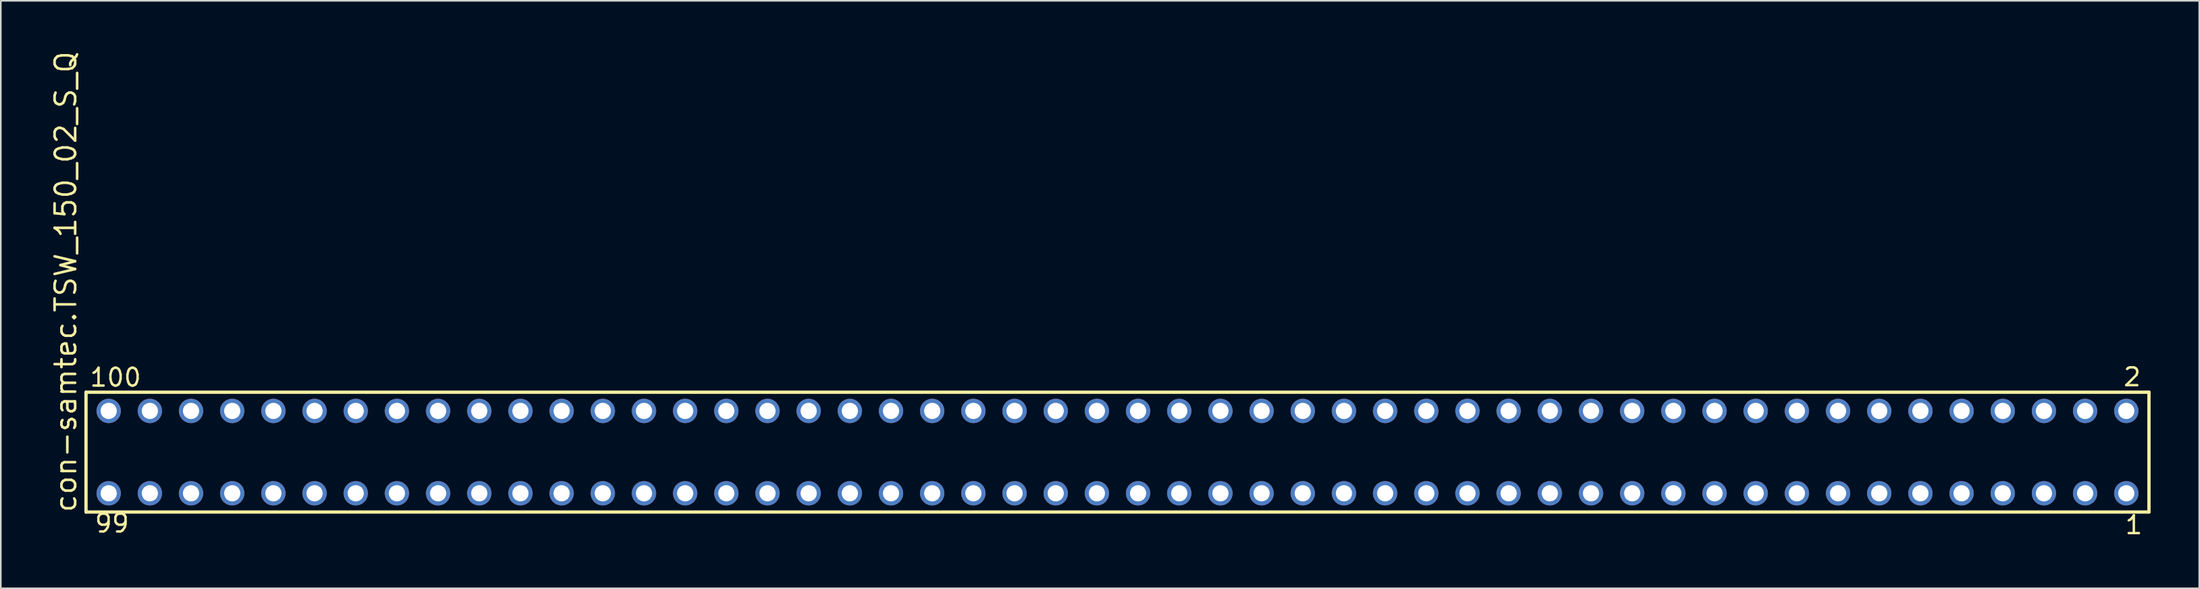
<source format=kicad_pcb>
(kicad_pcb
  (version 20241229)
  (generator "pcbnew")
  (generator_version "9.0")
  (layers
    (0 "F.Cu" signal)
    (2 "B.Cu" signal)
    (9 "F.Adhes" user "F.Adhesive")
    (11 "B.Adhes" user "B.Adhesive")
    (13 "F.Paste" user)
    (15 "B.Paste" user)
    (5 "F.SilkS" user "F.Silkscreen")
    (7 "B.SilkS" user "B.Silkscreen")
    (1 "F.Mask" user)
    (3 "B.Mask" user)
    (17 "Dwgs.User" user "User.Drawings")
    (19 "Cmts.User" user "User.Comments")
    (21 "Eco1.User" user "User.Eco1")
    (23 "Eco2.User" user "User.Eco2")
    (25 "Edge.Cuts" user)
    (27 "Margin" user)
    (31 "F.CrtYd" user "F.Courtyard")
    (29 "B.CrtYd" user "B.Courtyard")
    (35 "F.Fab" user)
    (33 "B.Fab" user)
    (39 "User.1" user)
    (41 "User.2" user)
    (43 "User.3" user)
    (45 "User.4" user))
  (footprint "con-samtec.TSW_150_02_S_Q"
    (layer "F.Cu")
    (at 65.885 24.84)
    (property "Reference" "con-samtec.TSW_150_02_S_Q" (at -64.135 3.81 90) (layer "F.SilkS") (effects (font (size 1.27 1.27) (thickness 0.16)) (justify left bottom)))
    (attr through_hole)
    (fp_line (start -63.629 -3.695) (end 63.629 -3.695) (stroke (width 0.203) (type default)) (layer "F.SilkS"))
    (fp_line (start -63.629 3.695) (end -63.629 -3.695) (stroke (width 0.203) (type default)) (layer "F.SilkS"))
    (fp_line (start 63.629 -3.695) (end 63.629 3.695) (stroke (width 0.203) (type default)) (layer "F.SilkS"))
    (fp_line (start 63.629 3.695) (end -63.629 3.695) (stroke (width 0.203) (type default)) (layer "F.SilkS"))
    (fp_rect (start -62.58 -2.19) (end -61.88 -2.89) (stroke (width 0.05) (type default)) (fill no) (layer "F.Fab"))
    (fp_rect (start -62.58 2.89) (end -61.88 2.19) (stroke (width 0.05) (type default)) (fill no) (layer "F.Fab"))
    (fp_rect (start -60.04 -2.19) (end -59.34 -2.89) (stroke (width 0.05) (type default)) (fill no) (layer "F.Fab"))
    (fp_rect (start -60.04 2.89) (end -59.34 2.19) (stroke (width 0.05) (type default)) (fill no) (layer "F.Fab"))
    (fp_rect (start -57.5 -2.19) (end -56.8 -2.89) (stroke (width 0.05) (type default)) (fill no) (layer "F.Fab"))
    (fp_rect (start -57.5 2.89) (end -56.8 2.19) (stroke (width 0.05) (type default)) (fill no) (layer "F.Fab"))
    (fp_rect (start -54.96 -2.19) (end -54.26 -2.89) (stroke (width 0.05) (type default)) (fill no) (layer "F.Fab"))
    (fp_rect (start -54.96 2.89) (end -54.26 2.19) (stroke (width 0.05) (type default)) (fill no) (layer "F.Fab"))
    (fp_rect (start -52.42 -2.19) (end -51.72 -2.89) (stroke (width 0.05) (type default)) (fill no) (layer "F.Fab"))
    (fp_rect (start -52.42 2.89) (end -51.72 2.19) (stroke (width 0.05) (type default)) (fill no) (layer "F.Fab"))
    (fp_rect (start -49.88 -2.19) (end -49.18 -2.89) (stroke (width 0.05) (type default)) (fill no) (layer "F.Fab"))
    (fp_rect (start -49.88 2.89) (end -49.18 2.19) (stroke (width 0.05) (type default)) (fill no) (layer "F.Fab"))
    (fp_rect (start -47.34 -2.19) (end -46.64 -2.89) (stroke (width 0.05) (type default)) (fill no) (layer "F.Fab"))
    (fp_rect (start -47.34 2.89) (end -46.64 2.19) (stroke (width 0.05) (type default)) (fill no) (layer "F.Fab"))
    (fp_rect (start -44.8 -2.19) (end -44.1 -2.89) (stroke (width 0.05) (type default)) (fill no) (layer "F.Fab"))
    (fp_rect (start -44.8 2.89) (end -44.1 2.19) (stroke (width 0.05) (type default)) (fill no) (layer "F.Fab"))
    (fp_rect (start -42.26 -2.19) (end -41.56 -2.89) (stroke (width 0.05) (type default)) (fill no) (layer "F.Fab"))
    (fp_rect (start -42.26 2.89) (end -41.56 2.19) (stroke (width 0.05) (type default)) (fill no) (layer "F.Fab"))
    (fp_rect (start -39.72 -2.19) (end -39.02 -2.89) (stroke (width 0.05) (type default)) (fill no) (layer "F.Fab"))
    (fp_rect (start -39.72 2.89) (end -39.02 2.19) (stroke (width 0.05) (type default)) (fill no) (layer "F.Fab"))
    (fp_rect (start -37.18 -2.19) (end -36.48 -2.89) (stroke (width 0.05) (type default)) (fill no) (layer "F.Fab"))
    (fp_rect (start -37.18 2.89) (end -36.48 2.19) (stroke (width 0.05) (type default)) (fill no) (layer "F.Fab"))
    (fp_rect (start -34.64 -2.19) (end -33.94 -2.89) (stroke (width 0.05) (type default)) (fill no) (layer "F.Fab"))
    (fp_rect (start -34.64 2.89) (end -33.94 2.19) (stroke (width 0.05) (type default)) (fill no) (layer "F.Fab"))
    (fp_rect (start -32.1 -2.19) (end -31.4 -2.89) (stroke (width 0.05) (type default)) (fill no) (layer "F.Fab"))
    (fp_rect (start -32.1 2.89) (end -31.4 2.19) (stroke (width 0.05) (type default)) (fill no) (layer "F.Fab"))
    (fp_rect (start -29.56 -2.19) (end -28.86 -2.89) (stroke (width 0.05) (type default)) (fill no) (layer "F.Fab"))
    (fp_rect (start -29.56 2.89) (end -28.86 2.19) (stroke (width 0.05) (type default)) (fill no) (layer "F.Fab"))
    (fp_rect (start -27.02 -2.19) (end -26.32 -2.89) (stroke (width 0.05) (type default)) (fill no) (layer "F.Fab"))
    (fp_rect (start -27.02 2.89) (end -26.32 2.19) (stroke (width 0.05) (type default)) (fill no) (layer "F.Fab"))
    (fp_rect (start -24.48 -2.19) (end -23.78 -2.89) (stroke (width 0.05) (type default)) (fill no) (layer "F.Fab"))
    (fp_rect (start -24.48 2.89) (end -23.78 2.19) (stroke (width 0.05) (type default)) (fill no) (layer "F.Fab"))
    (fp_rect (start -21.94 -2.19) (end -21.24 -2.89) (stroke (width 0.05) (type default)) (fill no) (layer "F.Fab"))
    (fp_rect (start -21.94 2.89) (end -21.24 2.19) (stroke (width 0.05) (type default)) (fill no) (layer "F.Fab"))
    (fp_rect (start -19.4 -2.19) (end -18.7 -2.89) (stroke (width 0.05) (type default)) (fill no) (layer "F.Fab"))
    (fp_rect (start -19.4 2.89) (end -18.7 2.19) (stroke (width 0.05) (type default)) (fill no) (layer "F.Fab"))
    (fp_rect (start -16.86 -2.19) (end -16.16 -2.89) (stroke (width 0.05) (type default)) (fill no) (layer "F.Fab"))
    (fp_rect (start -16.86 2.89) (end -16.16 2.19) (stroke (width 0.05) (type default)) (fill no) (layer "F.Fab"))
    (fp_rect (start -14.32 -2.19) (end -13.62 -2.89) (stroke (width 0.05) (type default)) (fill no) (layer "F.Fab"))
    (fp_rect (start -14.32 2.89) (end -13.62 2.19) (stroke (width 0.05) (type default)) (fill no) (layer "F.Fab"))
    (fp_rect (start -11.78 -2.19) (end -11.08 -2.89) (stroke (width 0.05) (type default)) (fill no) (layer "F.Fab"))
    (fp_rect (start -11.78 2.89) (end -11.08 2.19) (stroke (width 0.05) (type default)) (fill no) (layer "F.Fab"))
    (fp_rect (start -9.24 -2.19) (end -8.54 -2.89) (stroke (width 0.05) (type default)) (fill no) (layer "F.Fab"))
    (fp_rect (start -9.24 2.89) (end -8.54 2.19) (stroke (width 0.05) (type default)) (fill no) (layer "F.Fab"))
    (fp_rect (start -6.7 -2.19) (end -6 -2.89) (stroke (width 0.05) (type default)) (fill no) (layer "F.Fab"))
    (fp_rect (start -6.7 2.89) (end -6 2.19) (stroke (width 0.05) (type default)) (fill no) (layer "F.Fab"))
    (fp_rect (start -4.16 -2.19) (end -3.46 -2.89) (stroke (width 0.05) (type default)) (fill no) (layer "F.Fab"))
    (fp_rect (start -4.16 2.89) (end -3.46 2.19) (stroke (width 0.05) (type default)) (fill no) (layer "F.Fab"))
    (fp_rect (start -1.62 -2.19) (end -0.92 -2.89) (stroke (width 0.05) (type default)) (fill no) (layer "F.Fab"))
    (fp_rect (start -1.62 2.89) (end -0.92 2.19) (stroke (width 0.05) (type default)) (fill no) (layer "F.Fab"))
    (fp_rect (start 0.92 -2.19) (end 1.62 -2.89) (stroke (width 0.05) (type default)) (fill no) (layer "F.Fab"))
    (fp_rect (start 0.92 2.89) (end 1.62 2.19) (stroke (width 0.05) (type default)) (fill no) (layer "F.Fab"))
    (fp_rect (start 3.46 -2.19) (end 4.16 -2.89) (stroke (width 0.05) (type default)) (fill no) (layer "F.Fab"))
    (fp_rect (start 3.46 2.89) (end 4.16 2.19) (stroke (width 0.05) (type default)) (fill no) (layer "F.Fab"))
    (fp_rect (start 6 -2.19) (end 6.7 -2.89) (stroke (width 0.05) (type default)) (fill no) (layer "F.Fab"))
    (fp_rect (start 6 2.89) (end 6.7 2.19) (stroke (width 0.05) (type default)) (fill no) (layer "F.Fab"))
    (fp_rect (start 8.54 -2.19) (end 9.24 -2.89) (stroke (width 0.05) (type default)) (fill no) (layer "F.Fab"))
    (fp_rect (start 8.54 2.89) (end 9.24 2.19) (stroke (width 0.05) (type default)) (fill no) (layer "F.Fab"))
    (fp_rect (start 11.08 -2.19) (end 11.78 -2.89) (stroke (width 0.05) (type default)) (fill no) (layer "F.Fab"))
    (fp_rect (start 11.08 2.89) (end 11.78 2.19) (stroke (width 0.05) (type default)) (fill no) (layer "F.Fab"))
    (fp_rect (start 13.62 -2.19) (end 14.32 -2.89) (stroke (width 0.05) (type default)) (fill no) (layer "F.Fab"))
    (fp_rect (start 13.62 2.89) (end 14.32 2.19) (stroke (width 0.05) (type default)) (fill no) (layer "F.Fab"))
    (fp_rect (start 16.16 -2.19) (end 16.86 -2.89) (stroke (width 0.05) (type default)) (fill no) (layer "F.Fab"))
    (fp_rect (start 16.16 2.89) (end 16.86 2.19) (stroke (width 0.05) (type default)) (fill no) (layer "F.Fab"))
    (fp_rect (start 18.7 -2.19) (end 19.4 -2.89) (stroke (width 0.05) (type default)) (fill no) (layer "F.Fab"))
    (fp_rect (start 18.7 2.89) (end 19.4 2.19) (stroke (width 0.05) (type default)) (fill no) (layer "F.Fab"))
    (fp_rect (start 21.24 -2.19) (end 21.94 -2.89) (stroke (width 0.05) (type default)) (fill no) (layer "F.Fab"))
    (fp_rect (start 21.24 2.89) (end 21.94 2.19) (stroke (width 0.05) (type default)) (fill no) (layer "F.Fab"))
    (fp_rect (start 23.78 -2.19) (end 24.48 -2.89) (stroke (width 0.05) (type default)) (fill no) (layer "F.Fab"))
    (fp_rect (start 23.78 2.89) (end 24.48 2.19) (stroke (width 0.05) (type default)) (fill no) (layer "F.Fab"))
    (fp_rect (start 26.32 -2.19) (end 27.02 -2.89) (stroke (width 0.05) (type default)) (fill no) (layer "F.Fab"))
    (fp_rect (start 26.32 2.89) (end 27.02 2.19) (stroke (width 0.05) (type default)) (fill no) (layer "F.Fab"))
    (fp_rect (start 28.86 -2.19) (end 29.56 -2.89) (stroke (width 0.05) (type default)) (fill no) (layer "F.Fab"))
    (fp_rect (start 28.86 2.89) (end 29.56 2.19) (stroke (width 0.05) (type default)) (fill no) (layer "F.Fab"))
    (fp_rect (start 31.4 -2.19) (end 32.1 -2.89) (stroke (width 0.05) (type default)) (fill no) (layer "F.Fab"))
    (fp_rect (start 31.4 2.89) (end 32.1 2.19) (stroke (width 0.05) (type default)) (fill no) (layer "F.Fab"))
    (fp_rect (start 33.94 -2.19) (end 34.64 -2.89) (stroke (width 0.05) (type default)) (fill no) (layer "F.Fab"))
    (fp_rect (start 33.94 2.89) (end 34.64 2.19) (stroke (width 0.05) (type default)) (fill no) (layer "F.Fab"))
    (fp_rect (start 36.48 -2.19) (end 37.18 -2.89) (stroke (width 0.05) (type default)) (fill no) (layer "F.Fab"))
    (fp_rect (start 36.48 2.89) (end 37.18 2.19) (stroke (width 0.05) (type default)) (fill no) (layer "F.Fab"))
    (fp_rect (start 39.02 -2.19) (end 39.72 -2.89) (stroke (width 0.05) (type default)) (fill no) (layer "F.Fab"))
    (fp_rect (start 39.02 2.89) (end 39.72 2.19) (stroke (width 0.05) (type default)) (fill no) (layer "F.Fab"))
    (fp_rect (start 41.56 -2.19) (end 42.26 -2.89) (stroke (width 0.05) (type default)) (fill no) (layer "F.Fab"))
    (fp_rect (start 41.56 2.89) (end 42.26 2.19) (stroke (width 0.05) (type default)) (fill no) (layer "F.Fab"))
    (fp_rect (start 44.1 -2.19) (end 44.8 -2.89) (stroke (width 0.05) (type default)) (fill no) (layer "F.Fab"))
    (fp_rect (start 44.1 2.89) (end 44.8 2.19) (stroke (width 0.05) (type default)) (fill no) (layer "F.Fab"))
    (fp_rect (start 46.64 -2.19) (end 47.34 -2.89) (stroke (width 0.05) (type default)) (fill no) (layer "F.Fab"))
    (fp_rect (start 46.64 2.89) (end 47.34 2.19) (stroke (width 0.05) (type default)) (fill no) (layer "F.Fab"))
    (fp_rect (start 49.18 -2.19) (end 49.88 -2.89) (stroke (width 0.05) (type default)) (fill no) (layer "F.Fab"))
    (fp_rect (start 49.18 2.89) (end 49.88 2.19) (stroke (width 0.05) (type default)) (fill no) (layer "F.Fab"))
    (fp_rect (start 51.72 -2.19) (end 52.42 -2.89) (stroke (width 0.05) (type default)) (fill no) (layer "F.Fab"))
    (fp_rect (start 51.72 2.89) (end 52.42 2.19) (stroke (width 0.05) (type default)) (fill no) (layer "F.Fab"))
    (fp_rect (start 54.26 -2.19) (end 54.96 -2.89) (stroke (width 0.05) (type default)) (fill no) (layer "F.Fab"))
    (fp_rect (start 54.26 2.89) (end 54.96 2.19) (stroke (width 0.05) (type default)) (fill no) (layer "F.Fab"))
    (fp_rect (start 56.8 -2.19) (end 57.5 -2.89) (stroke (width 0.05) (type default)) (fill no) (layer "F.Fab"))
    (fp_rect (start 56.8 2.89) (end 57.5 2.19) (stroke (width 0.05) (type default)) (fill no) (layer "F.Fab"))
    (fp_rect (start 59.34 -2.19) (end 60.04 -2.89) (stroke (width 0.05) (type default)) (fill no) (layer "F.Fab"))
    (fp_rect (start 59.34 2.89) (end 60.04 2.19) (stroke (width 0.05) (type default)) (fill no) (layer "F.Fab"))
    (fp_rect (start 61.88 -2.19) (end 62.58 -2.89) (stroke (width 0.05) (type default)) (fill no) (layer "F.Fab"))
    (fp_rect (start 61.88 2.89) (end 62.58 2.19) (stroke (width 0.05) (type default)) (fill no) (layer "F.Fab"))
    (fp_text user "2" (at 61.972 -3.989 0) (layer "F.SilkS") (effects (font (size 1.1 1.1) (thickness 0.15)) (justify left bottom)))
    (fp_text user "100" (at -63.479 -3.964 0) (layer "F.SilkS") (effects (font (size 1.1 1.1) (thickness 0.15)) (justify left bottom)))
    (fp_text user "99" (at -63.175 5.038 0) (layer "F.SilkS") (effects (font (size 1.1 1.1) (thickness 0.15)) (justify left bottom)))
    (fp_text user "1" (at 62.072 5.138 0) (layer "F.SilkS") (effects (font (size 1.1 1.1) (thickness 0.15)) (justify left bottom)))
    (pad "1" thru_hole circle (at 62.23 2.54 180) (size 1.5 1.5) (drill 1) (layers "*.Cu" "*.Mask"))
    (pad "2" thru_hole circle (at 62.23 -2.54 180) (size 1.5 1.5) (drill 1) (layers "*.Cu" "*.Mask"))
    (pad "3" thru_hole circle (at 59.69 2.54 180) (size 1.5 1.5) (drill 1) (layers "*.Cu" "*.Mask"))
    (pad "4" thru_hole circle (at 59.69 -2.54 180) (size 1.5 1.5) (drill 1) (layers "*.Cu" "*.Mask"))
    (pad "5" thru_hole circle (at 57.15 2.54 180) (size 1.5 1.5) (drill 1) (layers "*.Cu" "*.Mask"))
    (pad "6" thru_hole circle (at 57.15 -2.54 180) (size 1.5 1.5) (drill 1) (layers "*.Cu" "*.Mask"))
    (pad "7" thru_hole circle (at 54.61 2.54 180) (size 1.5 1.5) (drill 1) (layers "*.Cu" "*.Mask"))
    (pad "8" thru_hole circle (at 54.61 -2.54 180) (size 1.5 1.5) (drill 1) (layers "*.Cu" "*.Mask"))
    (pad "9" thru_hole circle (at 52.07 2.54 180) (size 1.5 1.5) (drill 1) (layers "*.Cu" "*.Mask"))
    (pad "10" thru_hole circle (at 52.07 -2.54 180) (size 1.5 1.5) (drill 1) (layers "*.Cu" "*.Mask"))
    (pad "11" thru_hole circle (at 49.53 2.54 180) (size 1.5 1.5) (drill 1) (layers "*.Cu" "*.Mask"))
    (pad "12" thru_hole circle (at 49.53 -2.54 180) (size 1.5 1.5) (drill 1) (layers "*.Cu" "*.Mask"))
    (pad "13" thru_hole circle (at 46.99 2.54 180) (size 1.5 1.5) (drill 1) (layers "*.Cu" "*.Mask"))
    (pad "14" thru_hole circle (at 46.99 -2.54 180) (size 1.5 1.5) (drill 1) (layers "*.Cu" "*.Mask"))
    (pad "15" thru_hole circle (at 44.45 2.54 180) (size 1.5 1.5) (drill 1) (layers "*.Cu" "*.Mask"))
    (pad "16" thru_hole circle (at 44.45 -2.54 180) (size 1.5 1.5) (drill 1) (layers "*.Cu" "*.Mask"))
    (pad "17" thru_hole circle (at 41.91 2.54 180) (size 1.5 1.5) (drill 1) (layers "*.Cu" "*.Mask"))
    (pad "18" thru_hole circle (at 41.91 -2.54 180) (size 1.5 1.5) (drill 1) (layers "*.Cu" "*.Mask"))
    (pad "19" thru_hole circle (at 39.37 2.54 180) (size 1.5 1.5) (drill 1) (layers "*.Cu" "*.Mask"))
    (pad "20" thru_hole circle (at 39.37 -2.54 180) (size 1.5 1.5) (drill 1) (layers "*.Cu" "*.Mask"))
    (pad "21" thru_hole circle (at 36.83 2.54 180) (size 1.5 1.5) (drill 1) (layers "*.Cu" "*.Mask"))
    (pad "22" thru_hole circle (at 36.83 -2.54 180) (size 1.5 1.5) (drill 1) (layers "*.Cu" "*.Mask"))
    (pad "23" thru_hole circle (at 34.29 2.54 180) (size 1.5 1.5) (drill 1) (layers "*.Cu" "*.Mask"))
    (pad "24" thru_hole circle (at 34.29 -2.54 180) (size 1.5 1.5) (drill 1) (layers "*.Cu" "*.Mask"))
    (pad "25" thru_hole circle (at 31.75 2.54 180) (size 1.5 1.5) (drill 1) (layers "*.Cu" "*.Mask"))
    (pad "26" thru_hole circle (at 31.75 -2.54 180) (size 1.5 1.5) (drill 1) (layers "*.Cu" "*.Mask"))
    (pad "27" thru_hole circle (at 29.21 2.54 180) (size 1.5 1.5) (drill 1) (layers "*.Cu" "*.Mask"))
    (pad "28" thru_hole circle (at 29.21 -2.54 180) (size 1.5 1.5) (drill 1) (layers "*.Cu" "*.Mask"))
    (pad "29" thru_hole circle (at 26.67 2.54 180) (size 1.5 1.5) (drill 1) (layers "*.Cu" "*.Mask"))
    (pad "30" thru_hole circle (at 26.67 -2.54 180) (size 1.5 1.5) (drill 1) (layers "*.Cu" "*.Mask"))
    (pad "31" thru_hole circle (at 24.13 2.54 180) (size 1.5 1.5) (drill 1) (layers "*.Cu" "*.Mask"))
    (pad "32" thru_hole circle (at 24.13 -2.54 180) (size 1.5 1.5) (drill 1) (layers "*.Cu" "*.Mask"))
    (pad "33" thru_hole circle (at 21.59 2.54 180) (size 1.5 1.5) (drill 1) (layers "*.Cu" "*.Mask"))
    (pad "34" thru_hole circle (at 21.59 -2.54 180) (size 1.5 1.5) (drill 1) (layers "*.Cu" "*.Mask"))
    (pad "35" thru_hole circle (at 19.05 2.54 180) (size 1.5 1.5) (drill 1) (layers "*.Cu" "*.Mask"))
    (pad "36" thru_hole circle (at 19.05 -2.54 180) (size 1.5 1.5) (drill 1) (layers "*.Cu" "*.Mask"))
    (pad "37" thru_hole circle (at 16.51 2.54 180) (size 1.5 1.5) (drill 1) (layers "*.Cu" "*.Mask"))
    (pad "38" thru_hole circle (at 16.51 -2.54 180) (size 1.5 1.5) (drill 1) (layers "*.Cu" "*.Mask"))
    (pad "39" thru_hole circle (at 13.97 2.54 180) (size 1.5 1.5) (drill 1) (layers "*.Cu" "*.Mask"))
    (pad "40" thru_hole circle (at 13.97 -2.54 180) (size 1.5 1.5) (drill 1) (layers "*.Cu" "*.Mask"))
    (pad "41" thru_hole circle (at 11.43 2.54 180) (size 1.5 1.5) (drill 1) (layers "*.Cu" "*.Mask"))
    (pad "42" thru_hole circle (at 11.43 -2.54 180) (size 1.5 1.5) (drill 1) (layers "*.Cu" "*.Mask"))
    (pad "43" thru_hole circle (at 8.89 2.54 180) (size 1.5 1.5) (drill 1) (layers "*.Cu" "*.Mask"))
    (pad "44" thru_hole circle (at 8.89 -2.54 180) (size 1.5 1.5) (drill 1) (layers "*.Cu" "*.Mask"))
    (pad "45" thru_hole circle (at 6.35 2.54 180) (size 1.5 1.5) (drill 1) (layers "*.Cu" "*.Mask"))
    (pad "46" thru_hole circle (at 6.35 -2.54 180) (size 1.5 1.5) (drill 1) (layers "*.Cu" "*.Mask"))
    (pad "47" thru_hole circle (at 3.81 2.54 180) (size 1.5 1.5) (drill 1) (layers "*.Cu" "*.Mask"))
    (pad "48" thru_hole circle (at 3.81 -2.54 180) (size 1.5 1.5) (drill 1) (layers "*.Cu" "*.Mask"))
    (pad "49" thru_hole circle (at 1.27 2.54 180) (size 1.5 1.5) (drill 1) (layers "*.Cu" "*.Mask"))
    (pad "50" thru_hole circle (at 1.27 -2.54 180) (size 1.5 1.5) (drill 1) (layers "*.Cu" "*.Mask"))
    (pad "51" thru_hole circle (at -1.27 2.54 180) (size 1.5 1.5) (drill 1) (layers "*.Cu" "*.Mask"))
    (pad "52" thru_hole circle (at -1.27 -2.54 180) (size 1.5 1.5) (drill 1) (layers "*.Cu" "*.Mask"))
    (pad "53" thru_hole circle (at -3.81 2.54 180) (size 1.5 1.5) (drill 1) (layers "*.Cu" "*.Mask"))
    (pad "54" thru_hole circle (at -3.81 -2.54 180) (size 1.5 1.5) (drill 1) (layers "*.Cu" "*.Mask"))
    (pad "55" thru_hole circle (at -6.35 2.54 180) (size 1.5 1.5) (drill 1) (layers "*.Cu" "*.Mask"))
    (pad "56" thru_hole circle (at -6.35 -2.54 180) (size 1.5 1.5) (drill 1) (layers "*.Cu" "*.Mask"))
    (pad "57" thru_hole circle (at -8.89 2.54 180) (size 1.5 1.5) (drill 1) (layers "*.Cu" "*.Mask"))
    (pad "58" thru_hole circle (at -8.89 -2.54 180) (size 1.5 1.5) (drill 1) (layers "*.Cu" "*.Mask"))
    (pad "59" thru_hole circle (at -11.43 2.54 180) (size 1.5 1.5) (drill 1) (layers "*.Cu" "*.Mask"))
    (pad "60" thru_hole circle (at -11.43 -2.54 180) (size 1.5 1.5) (drill 1) (layers "*.Cu" "*.Mask"))
    (pad "61" thru_hole circle (at -13.97 2.54 180) (size 1.5 1.5) (drill 1) (layers "*.Cu" "*.Mask"))
    (pad "62" thru_hole circle (at -13.97 -2.54 180) (size 1.5 1.5) (drill 1) (layers "*.Cu" "*.Mask"))
    (pad "63" thru_hole circle (at -16.51 2.54 180) (size 1.5 1.5) (drill 1) (layers "*.Cu" "*.Mask"))
    (pad "64" thru_hole circle (at -16.51 -2.54 180) (size 1.5 1.5) (drill 1) (layers "*.Cu" "*.Mask"))
    (pad "65" thru_hole circle (at -19.05 2.54 180) (size 1.5 1.5) (drill 1) (layers "*.Cu" "*.Mask"))
    (pad "66" thru_hole circle (at -19.05 -2.54 180) (size 1.5 1.5) (drill 1) (layers "*.Cu" "*.Mask"))
    (pad "67" thru_hole circle (at -21.59 2.54 180) (size 1.5 1.5) (drill 1) (layers "*.Cu" "*.Mask"))
    (pad "68" thru_hole circle (at -21.59 -2.54 180) (size 1.5 1.5) (drill 1) (layers "*.Cu" "*.Mask"))
    (pad "69" thru_hole circle (at -24.13 2.54 180) (size 1.5 1.5) (drill 1) (layers "*.Cu" "*.Mask"))
    (pad "70" thru_hole circle (at -24.13 -2.54 180) (size 1.5 1.5) (drill 1) (layers "*.Cu" "*.Mask"))
    (pad "71" thru_hole circle (at -26.67 2.54 180) (size 1.5 1.5) (drill 1) (layers "*.Cu" "*.Mask"))
    (pad "72" thru_hole circle (at -26.67 -2.54 180) (size 1.5 1.5) (drill 1) (layers "*.Cu" "*.Mask"))
    (pad "73" thru_hole circle (at -29.21 2.54 180) (size 1.5 1.5) (drill 1) (layers "*.Cu" "*.Mask"))
    (pad "74" thru_hole circle (at -29.21 -2.54 180) (size 1.5 1.5) (drill 1) (layers "*.Cu" "*.Mask"))
    (pad "75" thru_hole circle (at -31.75 2.54 180) (size 1.5 1.5) (drill 1) (layers "*.Cu" "*.Mask"))
    (pad "76" thru_hole circle (at -31.75 -2.54 180) (size 1.5 1.5) (drill 1) (layers "*.Cu" "*.Mask"))
    (pad "77" thru_hole circle (at -34.29 2.54 180) (size 1.5 1.5) (drill 1) (layers "*.Cu" "*.Mask"))
    (pad "78" thru_hole circle (at -34.29 -2.54 180) (size 1.5 1.5) (drill 1) (layers "*.Cu" "*.Mask"))
    (pad "79" thru_hole circle (at -36.83 2.54 180) (size 1.5 1.5) (drill 1) (layers "*.Cu" "*.Mask"))
    (pad "80" thru_hole circle (at -36.83 -2.54 180) (size 1.5 1.5) (drill 1) (layers "*.Cu" "*.Mask"))
    (pad "81" thru_hole circle (at -39.37 2.54 180) (size 1.5 1.5) (drill 1) (layers "*.Cu" "*.Mask"))
    (pad "82" thru_hole circle (at -39.37 -2.54 180) (size 1.5 1.5) (drill 1) (layers "*.Cu" "*.Mask"))
    (pad "83" thru_hole circle (at -41.91 2.54 180) (size 1.5 1.5) (drill 1) (layers "*.Cu" "*.Mask"))
    (pad "84" thru_hole circle (at -41.91 -2.54 180) (size 1.5 1.5) (drill 1) (layers "*.Cu" "*.Mask"))
    (pad "85" thru_hole circle (at -44.45 2.54 180) (size 1.5 1.5) (drill 1) (layers "*.Cu" "*.Mask"))
    (pad "86" thru_hole circle (at -44.45 -2.54 180) (size 1.5 1.5) (drill 1) (layers "*.Cu" "*.Mask"))
    (pad "87" thru_hole circle (at -46.99 2.54 180) (size 1.5 1.5) (drill 1) (layers "*.Cu" "*.Mask"))
    (pad "88" thru_hole circle (at -46.99 -2.54 180) (size 1.5 1.5) (drill 1) (layers "*.Cu" "*.Mask"))
    (pad "89" thru_hole circle (at -49.53 2.54 180) (size 1.5 1.5) (drill 1) (layers "*.Cu" "*.Mask"))
    (pad "90" thru_hole circle (at -49.53 -2.54 180) (size 1.5 1.5) (drill 1) (layers "*.Cu" "*.Mask"))
    (pad "91" thru_hole circle (at -52.07 2.54 180) (size 1.5 1.5) (drill 1) (layers "*.Cu" "*.Mask"))
    (pad "92" thru_hole circle (at -52.07 -2.54 180) (size 1.5 1.5) (drill 1) (layers "*.Cu" "*.Mask"))
    (pad "93" thru_hole circle (at -54.61 2.54 180) (size 1.5 1.5) (drill 1) (layers "*.Cu" "*.Mask"))
    (pad "94" thru_hole circle (at -54.61 -2.54 180) (size 1.5 1.5) (drill 1) (layers "*.Cu" "*.Mask"))
    (pad "95" thru_hole circle (at -57.15 2.54 180) (size 1.5 1.5) (drill 1) (layers "*.Cu" "*.Mask"))
    (pad "96" thru_hole circle (at -57.15 -2.54 180) (size 1.5 1.5) (drill 1) (layers "*.Cu" "*.Mask"))
    (pad "97" thru_hole circle (at -59.69 2.54 180) (size 1.5 1.5) (drill 1) (layers "*.Cu" "*.Mask"))
    (pad "98" thru_hole circle (at -59.69 -2.54 180) (size 1.5 1.5) (drill 1) (layers "*.Cu" "*.Mask"))
    (pad "99" thru_hole circle (at -62.23 2.54 180) (size 1.5 1.5) (drill 1) (layers "*.Cu" "*.Mask"))
    (pad "100" thru_hole circle (at -62.23 -2.54 180) (size 1.5 1.5) (drill 1) (layers "*.Cu" "*.Mask")))
  (gr_rect
    (start -3 -3)
    (end 132.616 33.241)
    (stroke (width 0.1) (type default))
    (fill no)
    (layer "Edge.Cuts")))
</source>
